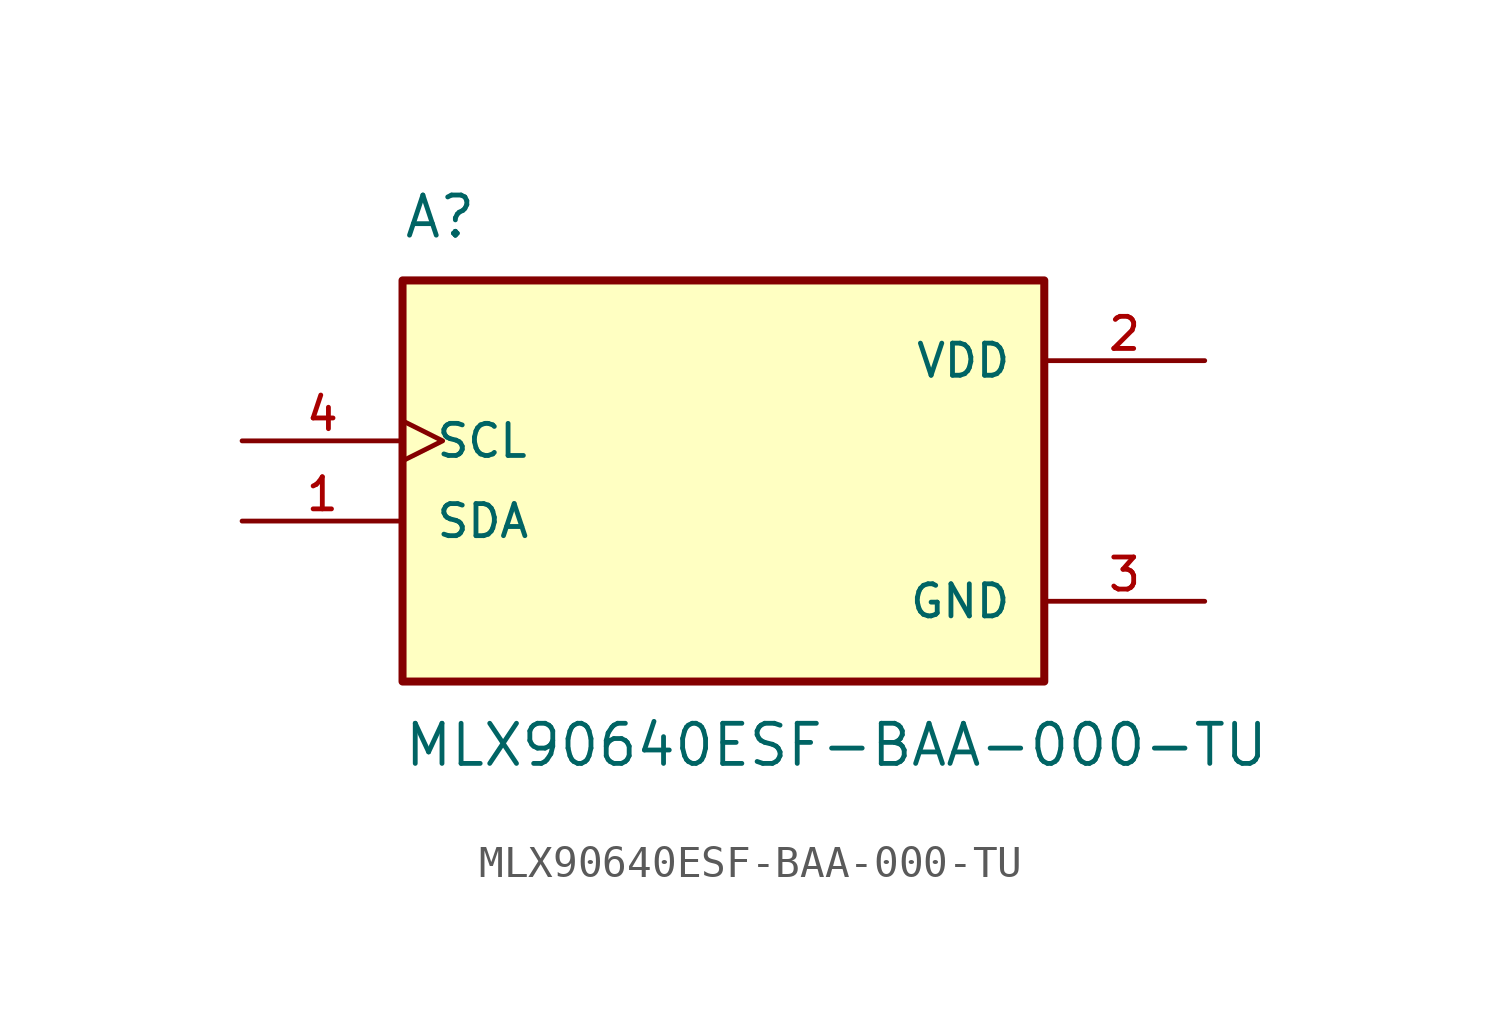
<source format=kicad_sym>
(kicad_symbol_lib
  (version 20220914)
  (generator kicad_symbol_editor)
  (symbol "MLX90640ESF-BAA-000-TU"
    (pin_names
      (offset 1.016))
    (property "Reference" "A"
      (at -10.16 6.35 0)
      (effects (font (size 1.27 1.27)) (justify left bottom)))
    (property "Value" "MLX90640ESF-BAA-000-TU"
      (at -10.16 -8.89 0)
      (effects (font (size 1.27 1.27)) (justify left top)))
    (symbol "MLX90640ESF-BAA-000-TU_0_0"
      (rectangle (start -10.16 5.08) (end 10.16 -7.62) (stroke (width 0.254) (type default)) (fill (type background)))
      (pin bidirectional line (at -15.24 -2.54 0) (length 5.08) (name "SDA" (effects (font (size 1.016 1.016)))) (number "1" (effects (font (size 1.016 1.016)))))
      (pin power_in line (at 15.24 2.54 180) (length 5.08) (name "VDD" (effects (font (size 1.016 1.016)))) (number "2" (effects (font (size 1.016 1.016)))))
      (pin power_in line (at 15.24 -5.08 180) (length 5.08) (name "GND" (effects (font (size 1.016 1.016)))) (number "3" (effects (font (size 1.016 1.016)))))
      (pin input clock (at -15.24 0 0) (length 5.08) (name "SCL" (effects (font (size 1.016 1.016)))) (number "4" (effects (font (size 1.016 1.016))))))))
</source>
